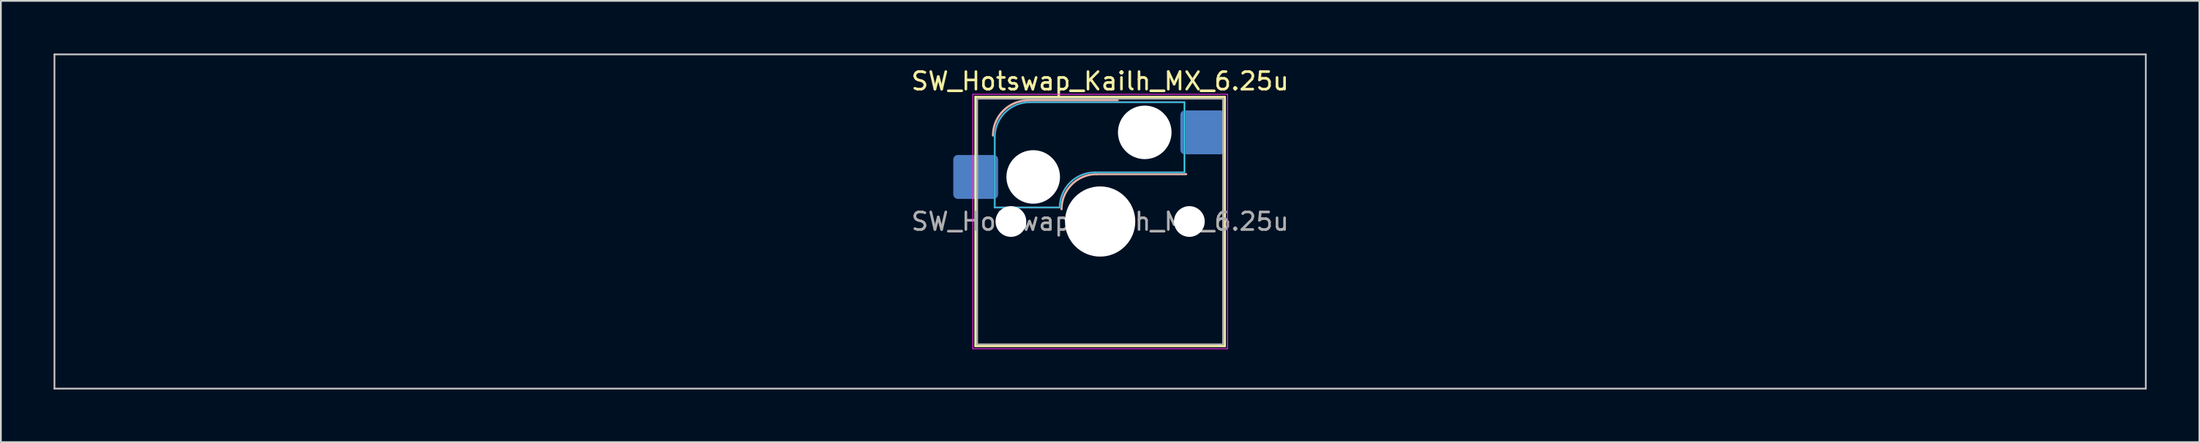
<source format=kicad_pcb>
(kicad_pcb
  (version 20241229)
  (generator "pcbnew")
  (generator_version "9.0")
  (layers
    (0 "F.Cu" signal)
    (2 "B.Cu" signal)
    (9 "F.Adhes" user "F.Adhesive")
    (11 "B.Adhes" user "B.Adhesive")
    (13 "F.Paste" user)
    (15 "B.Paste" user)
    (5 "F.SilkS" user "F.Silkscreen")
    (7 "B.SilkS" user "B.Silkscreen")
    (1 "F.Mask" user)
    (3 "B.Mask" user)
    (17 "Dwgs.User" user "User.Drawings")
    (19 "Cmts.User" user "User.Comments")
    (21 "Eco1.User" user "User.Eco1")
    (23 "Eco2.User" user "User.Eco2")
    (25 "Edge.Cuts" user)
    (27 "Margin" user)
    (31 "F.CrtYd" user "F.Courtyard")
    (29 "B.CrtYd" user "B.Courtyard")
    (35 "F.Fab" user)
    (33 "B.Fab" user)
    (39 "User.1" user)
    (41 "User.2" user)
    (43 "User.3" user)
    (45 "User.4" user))
  (footprint "SW_Hotswap_Kailh_MX_6.25u"
    (layer "F.Cu")
    (at 59.581 9.575)
    (property "Reference" "SW_Hotswap_Kailh_MX_6.25u" (at 0 -8 0) (layer "F.SilkS") (effects (font (size 1 1) (thickness 0.15))))
    (attr smd)
    (fp_line (start -7.1 -7.1) (end -7.1 7.1) (stroke (width 0.12) (type solid)) (layer "F.SilkS"))
    (fp_line (start -7.1 7.1) (end 7.1 7.1) (stroke (width 0.12) (type solid)) (layer "F.SilkS"))
    (fp_line (start 7.1 -7.1) (end -7.1 -7.1) (stroke (width 0.12) (type solid)) (layer "F.SilkS"))
    (fp_line (start 7.1 7.1) (end 7.1 -7.1) (stroke (width 0.12) (type solid)) (layer "F.SilkS"))
    (fp_line (start -4.1 -6.9) (end 1 -6.9) (stroke (width 0.12) (type solid)) (layer "B.SilkS"))
    (fp_line (start -0.2 -2.7) (end 4.9 -2.7) (stroke (width 0.12) (type solid)) (layer "B.SilkS"))
    (fp_arc (start -6.1 -4.9) (mid -5.514214 -6.314214) (end -4.1 -6.9) (stroke (width 0.12) (type solid)) (layer "B.SilkS"))
    (fp_arc (start -2.2 -0.7) (mid -1.614214 -2.114214) (end -0.2 -2.7) (stroke (width 0.12) (type solid)) (layer "B.SilkS"))
    (fp_line (start -59.531 -9.525) (end -59.531 9.525) (stroke (width 0.1) (type solid)) (layer "Dwgs.User"))
    (fp_line (start -59.531 9.525) (end 59.531 9.525) (stroke (width 0.1) (type solid)) (layer "Dwgs.User"))
    (fp_line (start 59.531 -9.525) (end -59.531 -9.525) (stroke (width 0.1) (type solid)) (layer "Dwgs.User"))
    (fp_line (start 59.531 9.525) (end 59.531 -9.525) (stroke (width 0.1) (type solid)) (layer "Dwgs.User"))
    (fp_line (start -7.8 -6) (end -7 -6) (stroke (width 0.1) (type solid)) (layer "Eco1.User"))
    (fp_line (start -7.8 -2.9) (end -7.8 -6) (stroke (width 0.1) (type solid)) (layer "Eco1.User"))
    (fp_line (start -7.8 2.9) (end -7 2.9) (stroke (width 0.1) (type solid)) (layer "Eco1.User"))
    (fp_line (start -7.8 6) (end -7.8 2.9) (stroke (width 0.1) (type solid)) (layer "Eco1.User"))
    (fp_line (start -7 -7) (end 7 -7) (stroke (width 0.1) (type solid)) (layer "Eco1.User"))
    (fp_line (start -7 -6) (end -7 -7) (stroke (width 0.1) (type solid)) (layer "Eco1.User"))
    (fp_line (start -7 -2.9) (end -7.8 -2.9) (stroke (width 0.1) (type solid)) (layer "Eco1.User"))
    (fp_line (start -7 2.9) (end -7 -2.9) (stroke (width 0.1) (type solid)) (layer "Eco1.User"))
    (fp_line (start -7 6) (end -7.8 6) (stroke (width 0.1) (type solid)) (layer "Eco1.User"))
    (fp_line (start -7 7) (end -7 6) (stroke (width 0.1) (type solid)) (layer "Eco1.User"))
    (fp_line (start 7 -7) (end 7 -6) (stroke (width 0.1) (type solid)) (layer "Eco1.User"))
    (fp_line (start 7 -6) (end 7.8 -6) (stroke (width 0.1) (type solid)) (layer "Eco1.User"))
    (fp_line (start 7 -2.9) (end 7 2.9) (stroke (width 0.1) (type solid)) (layer "Eco1.User"))
    (fp_line (start 7 2.9) (end 7.8 2.9) (stroke (width 0.1) (type solid)) (layer "Eco1.User"))
    (fp_line (start 7 6) (end 7 7) (stroke (width 0.1) (type solid)) (layer "Eco1.User"))
    (fp_line (start 7 7) (end -7 7) (stroke (width 0.1) (type solid)) (layer "Eco1.User"))
    (fp_line (start 7.8 -6) (end 7.8 -2.9) (stroke (width 0.1) (type solid)) (layer "Eco1.User"))
    (fp_line (start 7.8 -2.9) (end 7 -2.9) (stroke (width 0.1) (type solid)) (layer "Eco1.User"))
    (fp_line (start 7.8 2.9) (end 7.8 6) (stroke (width 0.1) (type solid)) (layer "Eco1.User"))
    (fp_line (start 7.8 6) (end 7 6) (stroke (width 0.1) (type solid)) (layer "Eco1.User"))
    (fp_line (start -6 -0.8) (end -6 -4.8) (stroke (width 0.05) (type solid)) (layer "B.CrtYd"))
    (fp_line (start -6 -0.8) (end -2.3 -0.8) (stroke (width 0.05) (type solid)) (layer "B.CrtYd"))
    (fp_line (start -4 -6.8) (end 4.8 -6.8) (stroke (width 0.05) (type solid)) (layer "B.CrtYd"))
    (fp_line (start -0.3 -2.8) (end 4.8 -2.8) (stroke (width 0.05) (type solid)) (layer "B.CrtYd"))
    (fp_line (start 4.8 -6.8) (end 4.8 -2.8) (stroke (width 0.05) (type solid)) (layer "B.CrtYd"))
    (fp_arc (start -6 -4.8) (mid -5.414214 -6.214214) (end -4 -6.8) (stroke (width 0.05) (type solid)) (layer "B.CrtYd"))
    (fp_arc (start -2.3 -0.8) (mid -1.714214 -2.214214) (end -0.3 -2.8) (stroke (width 0.05) (type solid)) (layer "B.CrtYd"))
    (fp_line (start -7.25 -7.25) (end -7.25 7.25) (stroke (width 0.05) (type solid)) (layer "F.CrtYd"))
    (fp_line (start -7.25 7.25) (end 7.25 7.25) (stroke (width 0.05) (type solid)) (layer "F.CrtYd"))
    (fp_line (start 7.25 -7.25) (end -7.25 -7.25) (stroke (width 0.05) (type solid)) (layer "F.CrtYd"))
    (fp_line (start 7.25 7.25) (end 7.25 -7.25) (stroke (width 0.05) (type solid)) (layer "F.CrtYd"))
    (fp_line (start -6 -0.8) (end -6 -4.8) (stroke (width 0.12) (type solid)) (layer "B.Fab"))
    (fp_line (start -6 -0.8) (end -2.3 -0.8) (stroke (width 0.12) (type solid)) (layer "B.Fab"))
    (fp_line (start -4 -6.8) (end 4.8 -6.8) (stroke (width 0.12) (type solid)) (layer "B.Fab"))
    (fp_line (start -0.3 -2.8) (end 4.8 -2.8) (stroke (width 0.12) (type solid)) (layer "B.Fab"))
    (fp_line (start 4.8 -6.8) (end 4.8 -2.8) (stroke (width 0.12) (type solid)) (layer "B.Fab"))
    (fp_arc (start -6 -4.8) (mid -5.414214 -6.214214) (end -4 -6.8) (stroke (width 0.12) (type solid)) (layer "B.Fab"))
    (fp_arc (start -2.3 -0.8) (mid -1.714214 -2.214214) (end -0.3 -2.8) (stroke (width 0.12) (type solid)) (layer "B.Fab"))
    (fp_line (start -7 -7) (end -7 7) (stroke (width 0.1) (type solid)) (layer "F.Fab"))
    (fp_line (start -7 7) (end 7 7) (stroke (width 0.1) (type solid)) (layer "F.Fab"))
    (fp_line (start 7 -7) (end -7 -7) (stroke (width 0.1) (type solid)) (layer "F.Fab"))
    (fp_line (start 7 7) (end 7 -7) (stroke (width 0.1) (type solid)) (layer "F.Fab"))
    (fp_text user "${REFERENCE}" (at 0 0 0) (layer "F.Fab") (effects (font (size 1 1) (thickness 0.15))))
    (pad "" np_thru_hole circle (at -5.08 0) (size 1.75 1.75) (drill 1.75) (layers "*.Cu" "*.Mask"))
    (pad "" np_thru_hole circle (at -3.81 -2.54) (size 3.05 3.05) (drill 3.05) (layers "*.Cu" "*.Mask"))
    (pad "" np_thru_hole circle (at 0 0) (size 4 4) (drill 4) (layers "*.Cu" "*.Mask"))
    (pad "" np_thru_hole circle (at 2.54 -5.08) (size 3.05 3.05) (drill 3.05) (layers "*.Cu" "*.Mask"))
    (pad "" np_thru_hole circle (at 5.08 0) (size 1.75 1.75) (drill 1.75) (layers "*.Cu" "*.Mask"))
    (pad "1" smd roundrect (at -7.085 -2.54) (size 2.55 2.5) (layers "B.Cu" "B.Mask" "B.Paste") (roundrect_rratio 0.1))
    (pad "2" smd roundrect (at 5.842 -5.08) (size 2.55 2.5) (layers "B.Cu" "B.Mask" "B.Paste") (roundrect_rratio 0.1)))
  (gr_rect
    (start -3 -3)
    (end 122.162 22.15)
    (stroke (width 0.1) (type default))
    (fill no)
    (layer "Edge.Cuts")))
</source>
